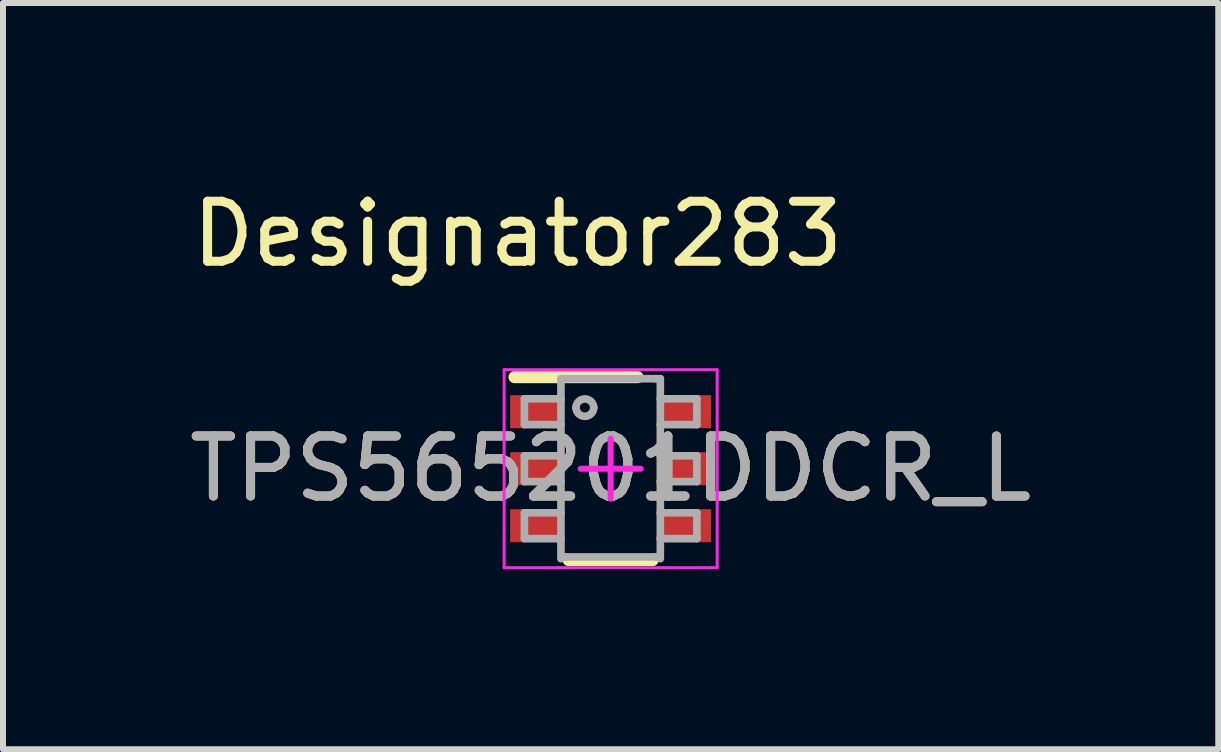
<source format=kicad_pcb>
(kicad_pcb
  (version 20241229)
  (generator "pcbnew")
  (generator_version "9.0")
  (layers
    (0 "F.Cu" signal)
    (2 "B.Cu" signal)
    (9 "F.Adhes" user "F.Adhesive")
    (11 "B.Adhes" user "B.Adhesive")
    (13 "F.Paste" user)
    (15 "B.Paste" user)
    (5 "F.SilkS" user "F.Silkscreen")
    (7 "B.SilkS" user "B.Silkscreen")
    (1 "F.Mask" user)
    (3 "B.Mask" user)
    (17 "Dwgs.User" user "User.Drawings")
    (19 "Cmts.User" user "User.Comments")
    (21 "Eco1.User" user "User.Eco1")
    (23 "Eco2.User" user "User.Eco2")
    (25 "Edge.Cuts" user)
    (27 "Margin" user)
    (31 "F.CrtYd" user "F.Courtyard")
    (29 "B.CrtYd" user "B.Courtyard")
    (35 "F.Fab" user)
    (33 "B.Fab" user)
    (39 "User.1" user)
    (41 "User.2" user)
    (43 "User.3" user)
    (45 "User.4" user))
  (footprint "TPS565201DDCR_L"
    (layer "F.Cu")
    (at 7.125 4.76)
    (property "Reference" "TPS565201DDCR_L" (at 0 0 0) (unlocked yes) (layer "F.SilkS") (effects (font (size 1 1) (thickness 0.15))))
    (attr smd)
    (fp_line (start -1.603 -1.525) (end 0.45 -1.525) (stroke (width 0.2) (type solid)) (layer "F.SilkS"))
    (fp_line (start -0.7 1.524) (end 0.7 1.524) (stroke (width 0.2) (type solid)) (layer "F.SilkS"))
    (fp_line (start -1.775 -1.65) (end 1.775 -1.65) (stroke (width 0.05) (type solid)) (layer "F.CrtYd"))
    (fp_line (start -1.775 1.65) (end -1.775 -1.65) (stroke (width 0.05) (type solid)) (layer "F.CrtYd"))
    (fp_line (start -1.775 1.65) (end 1.775 1.65) (stroke (width 0.05) (type solid)) (layer "F.CrtYd"))
    (fp_line (start -0.5 0) (end 0.5 0) (stroke (width 0.1) (type solid)) (layer "F.CrtYd"))
    (fp_line (start 0 0.5) (end 0 -0.5) (stroke (width 0.1) (type solid)) (layer "F.CrtYd"))
    (fp_line (start 1.775 1.65) (end 1.775 -1.65) (stroke (width 0.05) (type solid)) (layer "F.CrtYd"))
    (fp_line (start -1.437 -1.165) (end -0.825 -1.165) (stroke (width 0.127) (type solid)) (layer "F.Fab"))
    (fp_line (start -1.437 -0.735) (end -1.437 -1.165) (stroke (width 0.127) (type solid)) (layer "F.Fab"))
    (fp_line (start -1.437 -0.735) (end -0.825 -0.735) (stroke (width 0.127) (type solid)) (layer "F.Fab"))
    (fp_line (start -1.437 -0.215) (end -0.825 -0.215) (stroke (width 0.127) (type solid)) (layer "F.Fab"))
    (fp_line (start -1.437 0.215) (end -1.437 -0.215) (stroke (width 0.127) (type solid)) (layer "F.Fab"))
    (fp_line (start -1.437 0.215) (end -0.825 0.215) (stroke (width 0.127) (type solid)) (layer "F.Fab"))
    (fp_line (start -1.437 0.735) (end -0.825 0.735) (stroke (width 0.127) (type solid)) (layer "F.Fab"))
    (fp_line (start -1.437 1.165) (end -1.437 0.735) (stroke (width 0.127) (type solid)) (layer "F.Fab"))
    (fp_line (start -1.437 1.165) (end -0.825 1.165) (stroke (width 0.127) (type solid)) (layer "F.Fab"))
    (fp_line (start -0.828 -1.5) (end 0.828 -1.5) (stroke (width 0.127) (type solid)) (layer "F.Fab"))
    (fp_line (start -0.828 1.5) (end -0.828 -1.5) (stroke (width 0.127) (type solid)) (layer "F.Fab"))
    (fp_line (start -0.754 -1.5) (end -0.75 -1.5) (stroke (width 0.127) (type solid)) (layer "F.Fab"))
    (fp_line (start -0.754 1.47) (end -0.75 1.47) (stroke (width 0.127) (type solid)) (layer "F.Fab"))
    (fp_line (start -0.75 1.47) (end 0.743 1.47) (stroke (width 0.127) (type solid)) (layer "F.Fab"))
    (fp_line (start 0.743 -1.5) (end 0.747 -1.5) (stroke (width 0.127) (type solid)) (layer "F.Fab"))
    (fp_line (start 0.743 1.47) (end 0.747 1.47) (stroke (width 0.127) (type solid)) (layer "F.Fab"))
    (fp_line (start 0.825 -1.165) (end 1.437 -1.165) (stroke (width 0.127) (type solid)) (layer "F.Fab"))
    (fp_line (start 0.825 -0.735) (end 1.437 -0.735) (stroke (width 0.127) (type solid)) (layer "F.Fab"))
    (fp_line (start 0.825 -0.215) (end 1.437 -0.215) (stroke (width 0.127) (type solid)) (layer "F.Fab"))
    (fp_line (start 0.825 0.215) (end 1.437 0.215) (stroke (width 0.127) (type solid)) (layer "F.Fab"))
    (fp_line (start 0.825 0.735) (end 1.437 0.735) (stroke (width 0.127) (type solid)) (layer "F.Fab"))
    (fp_line (start 0.825 1.165) (end 1.437 1.165) (stroke (width 0.127) (type solid)) (layer "F.Fab"))
    (fp_line (start 0.828 1.5) (end 0.828 -1.5) (stroke (width 0.127) (type solid)) (layer "F.Fab"))
    (fp_line (start 1.437 -0.735) (end 1.437 -1.165) (stroke (width 0.127) (type solid)) (layer "F.Fab"))
    (fp_line (start 1.437 0.215) (end 1.437 -0.215) (stroke (width 0.127) (type solid)) (layer "F.Fab"))
    (fp_line (start 1.437 1.165) (end 1.437 0.735) (stroke (width 0.127) (type solid)) (layer "F.Fab"))
    (fp_arc (start -0.578322 -1.017679) (mid -0.429542 -1.166459) (end -0.280761 -1.017679) (stroke (width 0.127) (type solid)) (layer "F.Fab"))
    (fp_arc (start -0.280761 -1.017679) (mid -0.429542 -0.868898) (end -0.578322 -1.017679) (stroke (width 0.127) (type solid)) (layer "F.Fab"))
    (fp_text user "Designator283" (at -1.549 -3.912 0) (unlocked yes) (layer "F.SilkS") (effects (font (size 1 1) (thickness 0.15))))
    (fp_text user "${REFERENCE}" (at 0 0 0) (unlocked yes) (layer "F.Fab") (effects (font (size 1 1) (thickness 0.15))))
    (pad "1" smd rect (at -1.275 -0.95 90) (size 0.55 0.8) (layers "F.Cu" "F.Mask" "F.Paste"))
    (pad "2" smd rect (at -1.275 0 90) (size 0.55 0.8) (layers "F.Cu" "F.Mask" "F.Paste"))
    (pad "3" smd rect (at -1.275 0.95 90) (size 0.55 0.8) (layers "F.Cu" "F.Mask" "F.Paste"))
    (pad "4" smd rect (at 1.275 0.95 90) (size 0.55 0.8) (layers "F.Cu" "F.Mask" "F.Paste"))
    (pad "5" smd rect (at 1.275 0 90) (size 0.55 0.8) (layers "F.Cu" "F.Mask" "F.Paste"))
    (pad "6" smd rect (at 1.275 -0.95 90) (size 0.55 0.8) (layers "F.Cu" "F.Mask" "F.Paste")))
  (gr_rect
    (start -3 -3)
    (end 17.25 9.435)
    (stroke (width 0.1) (type default))
    (fill no)
    (layer "Edge.Cuts")))
</source>
